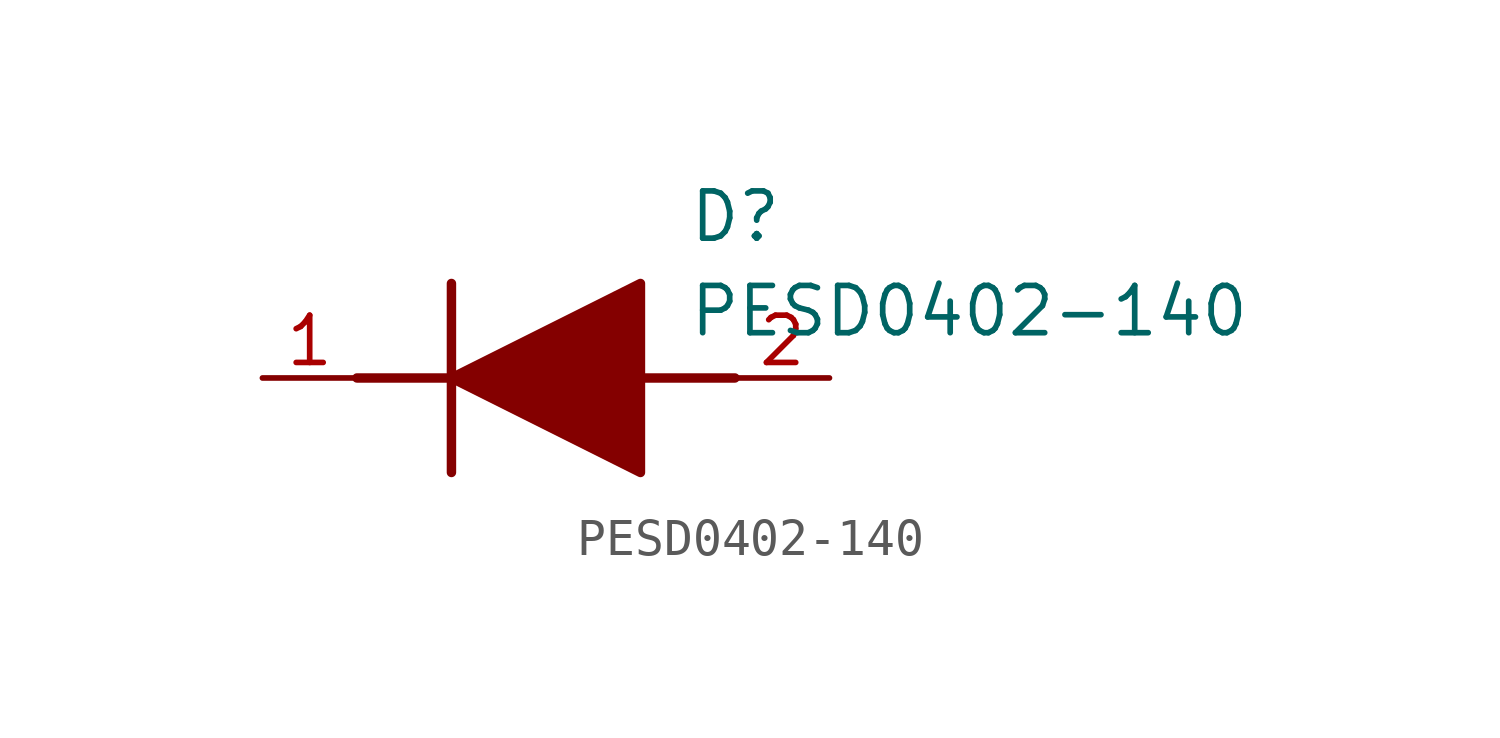
<source format=kicad_sym>
(kicad_symbol_lib
  (version 20211014)
  (generator SamacSys_ECAD_Model)
  (symbol "PESD0402-140"
    (pin_names hide)
    (property "Reference" "D"
      (at 11.43 5.08 0)
      (effects (font (size 1.27 1.27)) (justify left top)))
    (property "Value" "PESD0402-140"
      (at 11.43 2.54 0)
      (effects (font (size 1.27 1.27)) (justify left top)))
    (polyline
      (pts (xy 5.08 2.54) (xy 5.08 -2.54))
      (stroke (width 0.254) (type default))
      (fill (type none)))
    (polyline
      (pts (xy 2.54 0) (xy 5.08 0))
      (stroke (width 0.254) (type default))
      (fill (type none)))
    (polyline
      (pts (xy 10.16 0) (xy 12.7 0))
      (stroke (width 0.254) (type default))
      (fill (type none)))
    (polyline
      (pts (xy 5.08 0) (xy 10.16 2.54) (xy 10.16 -2.54) (xy 5.08 0))
      (stroke (width 0.254) (type default))
      (fill (type outline)))
    (pin passive line
      (at 0 0 0)
      (length 2.54)
      (name "K" (effects (font (size 1.27 1.27))))
      (number "1" (effects (font (size 1.27 1.27)))))
    (pin passive line
      (at 15.24 0 180)
      (length 2.54)
      (name "A" (effects (font (size 1.27 1.27))))
      (number "2" (effects (font (size 1.27 1.27)))))))
</source>
